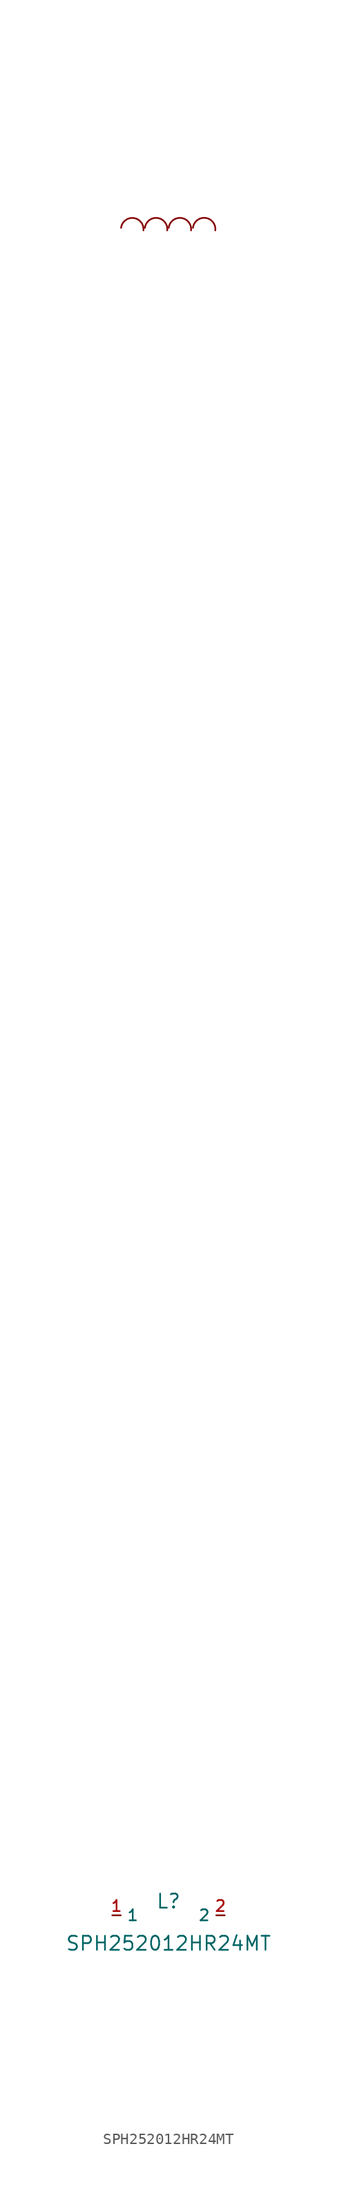
<source format=kicad_sym>
(kicad_symbol_lib
  (version 20210201)
  (generator TousstNicolas/JLC2KiCad_lib)
  (symbol "SPH252012HR24MT"
    (property "Reference" "L"
      (at 0 1.27 0)
      (effects (font (size 1.27 1.27))))
    (property "Value" "SPH252012HR24MT"
      (at 0 -2.54 0)
      (effects (font (size 1.27 1.27))))
    (symbol "SPH252012HR24MT_0_1"
      (pin unspecified line (at 5.08 -0.0 180) (length 0.762) (name "2" (effects (font (size 1 1)))) (number "2" (effects (font (size 1 1)))))
      (pin unspecified line (at -5.08 -0.0 0) (length 0.762) (name "1" (effects (font (size 1 1)))) (number "1" (effects (font (size 1 1)))))
      (arc (start -2.2675798317689098 152.26577474375057) (mid -3.1589675383294846 153.39269454626879) (end -4.285887329344515 152.50130682516553) (stroke (width 0) (type default) (color 0 0 0 0)) (fill (type none)))
      (arc (start -0.11289020511819081 152.26516817215807) (mid -1.0043096562459306 153.39206286199257) (end -2.131204336687783 152.50064339899106) (stroke (width 0) (type default) (color 0 0 0 0)) (fill (type none)))
      (arc (start 2.037732096126408 152.26516817215807) (mid 1.146312644998668 153.39206286199257) (end 0.019417964556815614 152.50064339899106) (stroke (width 0) (type default) (color 0 0 0 0)) (fill (type none)))
      (arc (start 4.230518481699189 152.26567617317409) (mid 3.339099030571449 153.3925708630086) (end 2.2122043501295967 152.50115140000707) (stroke (width 0) (type default) (color 0 0 0 0)) (fill (type none))))))
</source>
